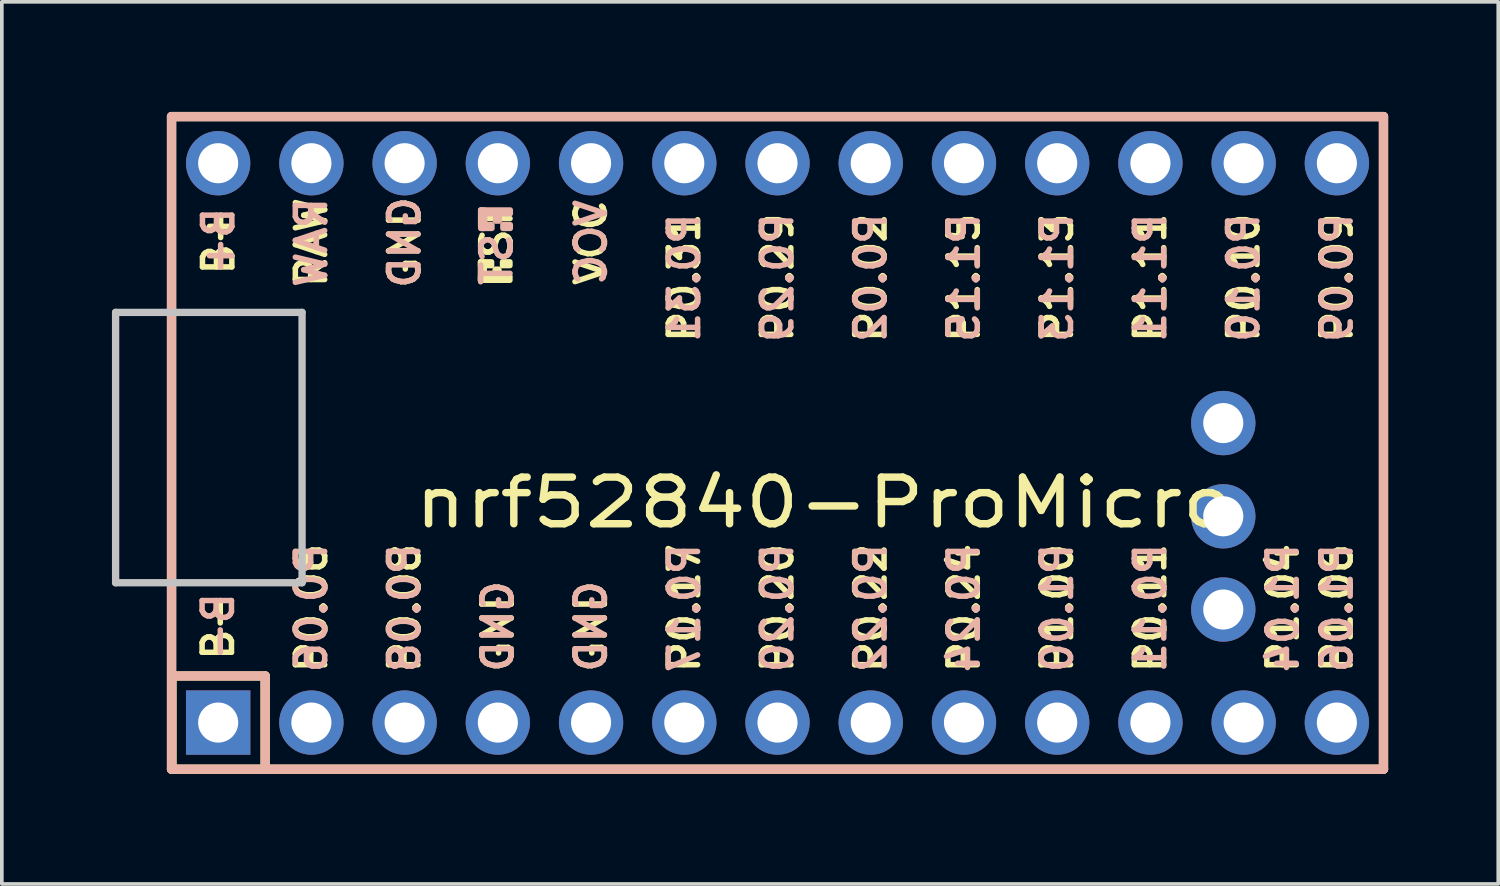
<source format=kicad_pcb>
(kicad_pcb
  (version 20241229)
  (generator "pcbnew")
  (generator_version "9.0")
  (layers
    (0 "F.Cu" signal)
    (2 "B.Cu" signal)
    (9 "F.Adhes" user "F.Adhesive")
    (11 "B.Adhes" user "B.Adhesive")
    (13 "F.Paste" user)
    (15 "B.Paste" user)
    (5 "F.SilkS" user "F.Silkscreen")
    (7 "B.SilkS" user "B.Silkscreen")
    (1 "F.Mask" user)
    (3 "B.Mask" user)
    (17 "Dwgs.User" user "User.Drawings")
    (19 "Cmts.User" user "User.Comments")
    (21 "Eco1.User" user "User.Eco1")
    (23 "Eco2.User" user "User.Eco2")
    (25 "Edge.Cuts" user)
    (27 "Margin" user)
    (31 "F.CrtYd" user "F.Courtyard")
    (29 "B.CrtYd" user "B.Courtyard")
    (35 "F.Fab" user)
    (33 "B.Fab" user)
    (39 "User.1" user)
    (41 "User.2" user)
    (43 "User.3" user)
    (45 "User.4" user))
  (footprint "nrf52840-ProMicro"
    (layer "F.Cu")
    (at 19.404 9.017)
    (property "Reference" "nrf52840-ProMicro" (at 0 1.625 0) (layer "F.SilkS") (effects (font (size 1.27 1.524) (thickness 0.203))))
    (attr through_hole)
    (fp_line (start -17.78 -8.89) (end -17.78 8.89) (stroke (width 0.254) (type solid)) (layer "F.SilkS"))
    (fp_line (start -17.78 8.89) (end -15.24 8.89) (stroke (width 0.254) (type solid)) (layer "F.SilkS"))
    (fp_line (start -17.77 6.35) (end -17.77 8.89) (stroke (width 0.254) (type solid)) (layer "F.SilkS"))
    (fp_line (start -17.77 6.35) (end -15.23 6.35) (stroke (width 0.254) (type solid)) (layer "F.SilkS"))
    (fp_line (start -15.24 8.89) (end 15.24 8.89) (stroke (width 0.254) (type solid)) (layer "F.SilkS"))
    (fp_line (start -15.23 6.35) (end -15.23 8.89) (stroke (width 0.254) (type solid)) (layer "F.SilkS"))
    (fp_line (start 15.24 -8.89) (end -17.78 -8.89) (stroke (width 0.254) (type solid)) (layer "F.SilkS"))
    (fp_line (start 15.24 8.89) (end 15.24 -8.89) (stroke (width 0.254) (type solid)) (layer "F.SilkS"))
    (fp_poly (pts (xy -9.361 -4.932) (xy -9.261 -4.932) (xy -9.261 -4.432) (xy -9.361 -4.432)) (stroke (width 0.15) (type solid)) (fill yes) (layer "F.SilkS"))
    (fp_poly (pts (xy -9.361 -4.932) (xy -9.061 -4.932) (xy -9.061 -4.832) (xy -9.361 -4.832)) (stroke (width 0.15) (type solid)) (fill yes) (layer "F.SilkS"))
    (fp_poly (pts (xy -9.361 -4.532) (xy -8.561 -4.532) (xy -8.561 -4.432) (xy -9.361 -4.432)) (stroke (width 0.15) (type solid)) (fill yes) (layer "F.SilkS"))
    (fp_poly (pts (xy -8.961 -4.732) (xy -8.861 -4.732) (xy -8.861 -4.632) (xy -8.961 -4.632)) (stroke (width 0.15) (type solid)) (fill yes) (layer "F.SilkS"))
    (fp_poly (pts (xy -8.761 -4.932) (xy -8.561 -4.932) (xy -8.561 -4.832) (xy -8.761 -4.832)) (stroke (width 0.15) (type solid)) (fill yes) (layer "F.SilkS"))
    (fp_line (start -17.78 -8.89) (end -17.78 8.89) (stroke (width 0.254) (type solid)) (layer "B.SilkS"))
    (fp_line (start -17.78 8.89) (end 15.24 8.89) (stroke (width 0.254) (type solid)) (layer "B.SilkS"))
    (fp_line (start -17.77 6.35) (end -15.23 6.35) (stroke (width 0.254) (type solid)) (layer "B.SilkS"))
    (fp_line (start -15.23 6.35) (end -15.23 8.89) (stroke (width 0.254) (type solid)) (layer "B.SilkS"))
    (fp_line (start 15.24 -8.89) (end -17.78 -8.89) (stroke (width 0.254) (type solid)) (layer "B.SilkS"))
    (fp_line (start 15.24 8.89) (end 15.24 -8.89) (stroke (width 0.254) (type solid)) (layer "B.SilkS"))
    (fp_poly (pts (xy -9.351 -6.245) (xy -8.551 -6.245) (xy -8.551 -6.345) (xy -9.351 -6.345)) (stroke (width 0.15) (type solid)) (fill yes) (layer "B.SilkS"))
    (fp_poly (pts (xy -9.351 -5.845) (xy -9.251 -5.845) (xy -9.251 -6.345) (xy -9.351 -6.345)) (stroke (width 0.15) (type solid)) (fill yes) (layer "B.SilkS"))
    (fp_poly (pts (xy -9.351 -5.845) (xy -9.051 -5.845) (xy -9.051 -5.945) (xy -9.351 -5.945)) (stroke (width 0.15) (type solid)) (fill yes) (layer "B.SilkS"))
    (fp_poly (pts (xy -8.951 -6.045) (xy -8.851 -6.045) (xy -8.851 -6.145) (xy -8.951 -6.145)) (stroke (width 0.15) (type solid)) (fill yes) (layer "B.SilkS"))
    (fp_poly (pts (xy -8.751 -5.845) (xy -8.551 -5.845) (xy -8.551 -5.945) (xy -8.751 -5.945)) (stroke (width 0.15) (type solid)) (fill yes) (layer "B.SilkS"))
    (fp_line (start -19.304 -3.556) (end -14.224 -3.556) (stroke (width 0.2) (type solid)) (layer "Dwgs.User"))
    (fp_line (start -19.304 3.81) (end -19.304 -3.556) (stroke (width 0.2) (type solid)) (layer "Dwgs.User"))
    (fp_line (start -14.224 -3.556) (end -14.224 3.81) (stroke (width 0.2) (type solid)) (layer "Dwgs.User"))
    (fp_line (start -14.224 3.81) (end -19.304 3.81) (stroke (width 0.2) (type solid)) (layer "Dwgs.User"))
    (fp_text user "RAW" (at -13.97 -5.461 90) (layer "F.SilkS") (effects (font (size 0.8 0.8) (thickness 0.15))))
    (fp_text user "B+" (at -16.5 -5.5 90) (layer "F.SilkS") (effects (font (size 0.8 0.8) (thickness 0.15))))
    (fp_text user "P1.15" (at 3.81 -4.5 90) (layer "F.SilkS") (effects (font (size 0.8 0.8) (thickness 0.15))))
    (fp_text user "GND" (at -8.89 5 90) (layer "F.SilkS") (effects (font (size 0.8 0.8) (thickness 0.15))))
    (fp_text user "P0.22" (at 1.27 4.5 90) (layer "F.SilkS") (effects (font (size 0.8 0.8) (thickness 0.15))))
    (fp_text user "P1.13" (at 6.35 -4.5 90) (layer "F.SilkS") (effects (font (size 0.8 0.8) (thickness 0.15))))
    (fp_text user "P0.06" (at -13.97 4.5 90) (layer "F.SilkS") (effects (font (size 0.8 0.8) (thickness 0.15))))
    (fp_text user "P0.10" (at 11.43 -4.5 90) (layer "F.SilkS") (effects (font (size 0.8 0.8) (thickness 0.15))))
    (fp_text user "P0.11" (at 8.89 4.5 90) (layer "F.SilkS") (effects (font (size 0.8 0.8) (thickness 0.15))))
    (fp_text user "P1.06" (at 13.97 4.5 90) (layer "F.SilkS") (effects (font (size 0.8 0.8) (thickness 0.15))))
    (fp_text user "P1.04" (at 12.5 4.5 90) (layer "F.SilkS") (effects (font (size 0.8 0.8) (thickness 0.15))))
    (fp_text user "P0.09" (at 13.97 -4.5 90) (layer "F.SilkS") (effects (font (size 0.8 0.8) (thickness 0.15))))
    (fp_text user "P1.00" (at 6.35 4.5 90) (layer "F.SilkS") (effects (font (size 0.8 0.8) (thickness 0.15))))
    (fp_text user "P0.02" (at 1.27 -4.5 90) (layer "F.SilkS") (effects (font (size 0.8 0.8) (thickness 0.15))))
    (fp_text user "P0.08" (at -11.43 4.5 90) (layer "F.SilkS") (effects (font (size 0.8 0.8) (thickness 0.15))))
    (fp_text user "B-" (at -16.51 5 90) (layer "F.SilkS") (effects (font (size 0.8 0.8) (thickness 0.15))))
    (fp_text user "P0.20" (at -1.27 4.5 90) (layer "F.SilkS") (effects (font (size 0.8 0.8) (thickness 0.15))))
    (fp_text user "P0.17" (at -3.81 4.5 90) (layer "F.SilkS") (effects (font (size 0.8 0.8) (thickness 0.15))))
    (fp_text user "GND" (at -6.35 5 90) (layer "F.SilkS") (effects (font (size 0.8 0.8) (thickness 0.15))))
    (fp_text user "P0.31" (at -3.81 -4.5 90) (layer "F.SilkS") (effects (font (size 0.8 0.8) (thickness 0.15))))
    (fp_text user "P0.29" (at -1.27 -4.5 90) (layer "F.SilkS") (effects (font (size 0.8 0.8) (thickness 0.15))))
    (fp_text user "ST" (at -8.92 -5.733 90) (layer "F.SilkS") (effects (font (size 0.8 0.8) (thickness 0.15))))
    (fp_text user "GND" (at -11.43 -5.461 90) (layer "F.SilkS") (effects (font (size 0.8 0.8) (thickness 0.15))))
    (fp_text user "VCC" (at -6.35 -5.461 90) (layer "F.SilkS") (effects (font (size 0.8 0.8) (thickness 0.15))))
    (fp_text user "P1.11" (at 8.89 -4.5 90) (layer "F.SilkS") (effects (font (size 0.8 0.8) (thickness 0.15))))
    (fp_text user "P0.24" (at 3.81 4.5 90) (layer "F.SilkS") (effects (font (size 0.8 0.8) (thickness 0.15))))
    (fp_text user "GND" (at -6.35 5 270) (layer "B.SilkS") (effects (font (size 0.8 0.8) (thickness 0.15)) (justify mirror)))
    (fp_text user "P0.09" (at 13.97 -4.5 270) (layer "B.SilkS") (effects (font (size 0.8 0.8) (thickness 0.15)) (justify mirror)))
    (fp_text user "P0.10" (at 11.43 -4.5 270) (layer "B.SilkS") (effects (font (size 0.8 0.8) (thickness 0.15)) (justify mirror)))
    (fp_text user "P1.00" (at 6.35 4.5 270) (layer "B.SilkS") (effects (font (size 0.8 0.8) (thickness 0.15)) (justify mirror)))
    (fp_text user "P0.20" (at -1.27 4.5 270) (layer "B.SilkS") (effects (font (size 0.8 0.8) (thickness 0.15)) (justify mirror)))
    (fp_text user "RAW" (at -13.97 -5.461 270) (layer "B.SilkS") (effects (font (size 0.8 0.8) (thickness 0.15)) (justify mirror)))
    (fp_text user "P0.17" (at -3.81 4.5 270) (layer "B.SilkS") (effects (font (size 0.8 0.8) (thickness 0.15)) (justify mirror)))
    (fp_text user "P0.08" (at -11.43 4.5 270) (layer "B.SilkS") (effects (font (size 0.8 0.8) (thickness 0.15)) (justify mirror)))
    (fp_text user "P0.11" (at 8.89 4.5 270) (layer "B.SilkS") (effects (font (size 0.8 0.8) (thickness 0.15)) (justify mirror)))
    (fp_text user "P0.02" (at 1.27 -4.5 270) (layer "B.SilkS") (effects (font (size 0.8 0.8) (thickness 0.15)) (justify mirror)))
    (fp_text user "P1.06" (at 13.97 4.5 270) (layer "B.SilkS") (effects (font (size 0.8 0.8) (thickness 0.15)) (justify mirror)))
    (fp_text user "B+" (at -16.5 -5.5 270) (layer "B.SilkS") (effects (font (size 0.8 0.8) (thickness 0.15)) (justify mirror)))
    (fp_text user "P0.24" (at 3.81 4.5 270) (layer "B.SilkS") (effects (font (size 0.8 0.8) (thickness 0.15)) (justify mirror)))
    (fp_text user "P1.04" (at 12.5 4.5 270) (layer "B.SilkS") (effects (font (size 0.8 0.8) (thickness 0.15)) (justify mirror)))
    (fp_text user "P1.13" (at 6.35 -4.5 270) (layer "B.SilkS") (effects (font (size 0.8 0.8) (thickness 0.15)) (justify mirror)))
    (fp_text user "P0.29" (at -1.27 -4.5 270) (layer "B.SilkS") (effects (font (size 0.8 0.8) (thickness 0.15)) (justify mirror)))
    (fp_text user "P1.15" (at 3.81 -4.5 270) (layer "B.SilkS") (effects (font (size 0.8 0.8) (thickness 0.15)) (justify mirror)))
    (fp_text user "VCC" (at -6.35 -5.461 270) (layer "B.SilkS") (effects (font (size 0.8 0.8) (thickness 0.15)) (justify mirror)))
    (fp_text user "P0.06" (at -13.97 4.5 270) (layer "B.SilkS") (effects (font (size 0.8 0.8) (thickness 0.15)) (justify mirror)))
    (fp_text user "P1.11" (at 8.89 -4.5 270) (layer "B.SilkS") (effects (font (size 0.8 0.8) (thickness 0.15)) (justify mirror)))
    (fp_text user "P0.22" (at 1.27 4.5 270) (layer "B.SilkS") (effects (font (size 0.8 0.8) (thickness 0.15)) (justify mirror)))
    (fp_text user "GND" (at -8.89 5 270) (layer "B.SilkS") (effects (font (size 0.8 0.8) (thickness 0.15)) (justify mirror)))
    (fp_text user "B-" (at -16.51 5 270) (layer "B.SilkS") (effects (font (size 0.8 0.8) (thickness 0.15)) (justify mirror)))
    (fp_text user "GND" (at -11.43 -5.461 270) (layer "B.SilkS") (effects (font (size 0.8 0.8) (thickness 0.15)) (justify mirror)))
    (fp_text user "P0.31" (at -3.81 -4.5 270) (layer "B.SilkS") (effects (font (size 0.8 0.8) (thickness 0.15)) (justify mirror)))
    (fp_text user "ST" (at -8.92 -5 270) (layer "B.SilkS") (effects (font (size 0.8 0.8) (thickness 0.15)) (justify mirror)))
    (pad "1" thru_hole rect (at -16.51 7.62) (size 1.753 1.753) (drill 1.092) (layers "*.Cu" "*.Mask"))
    (pad "2" thru_hole circle (at -13.97 7.62) (size 1.753 1.753) (drill 1.092) (layers "*.Cu" "*.Mask"))
    (pad "3" thru_hole circle (at -11.43 7.62) (size 1.753 1.753) (drill 1.092) (layers "*.Cu" "*.Mask"))
    (pad "4" thru_hole circle (at -8.89 7.62) (size 1.753 1.753) (drill 1.092) (layers "*.Cu" "*.Mask"))
    (pad "5" thru_hole circle (at -6.35 7.62) (size 1.753 1.753) (drill 1.092) (layers "*.Cu" "*.Mask"))
    (pad "6" thru_hole circle (at -3.81 7.62) (size 1.753 1.753) (drill 1.092) (layers "*.Cu" "*.Mask"))
    (pad "7" thru_hole circle (at -1.27 7.62) (size 1.753 1.753) (drill 1.092) (layers "*.Cu" "*.Mask"))
    (pad "8" thru_hole circle (at 1.27 7.62) (size 1.753 1.753) (drill 1.092) (layers "*.Cu" "*.Mask"))
    (pad "9" thru_hole circle (at 3.81 7.62) (size 1.753 1.753) (drill 1.092) (layers "*.Cu" "*.Mask"))
    (pad "10" thru_hole circle (at 6.35 7.62) (size 1.753 1.753) (drill 1.092) (layers "*.Cu" "*.Mask"))
    (pad "11" thru_hole circle (at 8.89 7.62) (size 1.753 1.753) (drill 1.092) (layers "*.Cu" "*.Mask"))
    (pad "12" thru_hole circle (at 11.43 7.62) (size 1.753 1.753) (drill 1.092) (layers "*.Cu" "*.Mask"))
    (pad "13" thru_hole circle (at 13.97 7.62) (size 1.753 1.753) (drill 1.092) (layers "*.Cu" "*.Mask"))
    (pad "14" thru_hole circle (at 13.97 -7.62) (size 1.753 1.753) (drill 1.092) (layers "*.Cu" "*.Mask"))
    (pad "15" thru_hole circle (at 11.43 -7.62) (size 1.753 1.753) (drill 1.092) (layers "*.Cu" "*.Mask"))
    (pad "16" thru_hole circle (at 8.89 -7.62) (size 1.753 1.753) (drill 1.092) (layers "*.Cu" "*.Mask"))
    (pad "17" thru_hole circle (at 6.35 -7.62) (size 1.753 1.753) (drill 1.092) (layers "*.Cu" "*.Mask"))
    (pad "18" thru_hole circle (at 3.81 -7.62) (size 1.753 1.753) (drill 1.092) (layers "*.Cu" "*.Mask"))
    (pad "19" thru_hole circle (at 1.27 -7.62) (size 1.753 1.753) (drill 1.092) (layers "*.Cu" "*.Mask"))
    (pad "20" thru_hole circle (at -1.27 -7.62) (size 1.753 1.753) (drill 1.092) (layers "*.Cu" "*.Mask"))
    (pad "21" thru_hole circle (at -3.81 -7.62) (size 1.753 1.753) (drill 1.092) (layers "*.Cu" "*.Mask"))
    (pad "22" thru_hole circle (at -6.35 -7.62) (size 1.753 1.753) (drill 1.092) (layers "*.Cu" "*.Mask"))
    (pad "23" thru_hole circle (at -8.89 -7.62) (size 1.753 1.753) (drill 1.092) (layers "*.Cu" "*.Mask"))
    (pad "24" thru_hole circle (at -11.43 -7.62) (size 1.753 1.753) (drill 1.092) (layers "*.Cu" "*.Mask"))
    (pad "25" thru_hole circle (at -13.97 -7.62) (size 1.753 1.753) (drill 1.092) (layers "*.Cu" "*.Mask"))
    (pad "26" thru_hole circle (at -16.51 -7.62) (size 1.753 1.753) (drill 1.092) (layers "*.Cu" "*.Mask"))
    (pad "27" thru_hole circle (at 10.875 4.54) (size 1.753 1.753) (drill 1.092) (layers "*.Cu" "*.Mask"))
    (pad "28" thru_hole circle (at 10.875 2) (size 1.753 1.753) (drill 1.092) (layers "*.Cu" "*.Mask"))
    (pad "29" thru_hole circle (at 10.875 -0.54) (size 1.753 1.753) (drill 1.092) (layers "*.Cu" "*.Mask")))
  (gr_rect
    (start -3 -3)
    (end 37.771 21.034)
    (stroke (width 0.1) (type default))
    (fill no)
    (layer "Edge.Cuts")))
</source>
